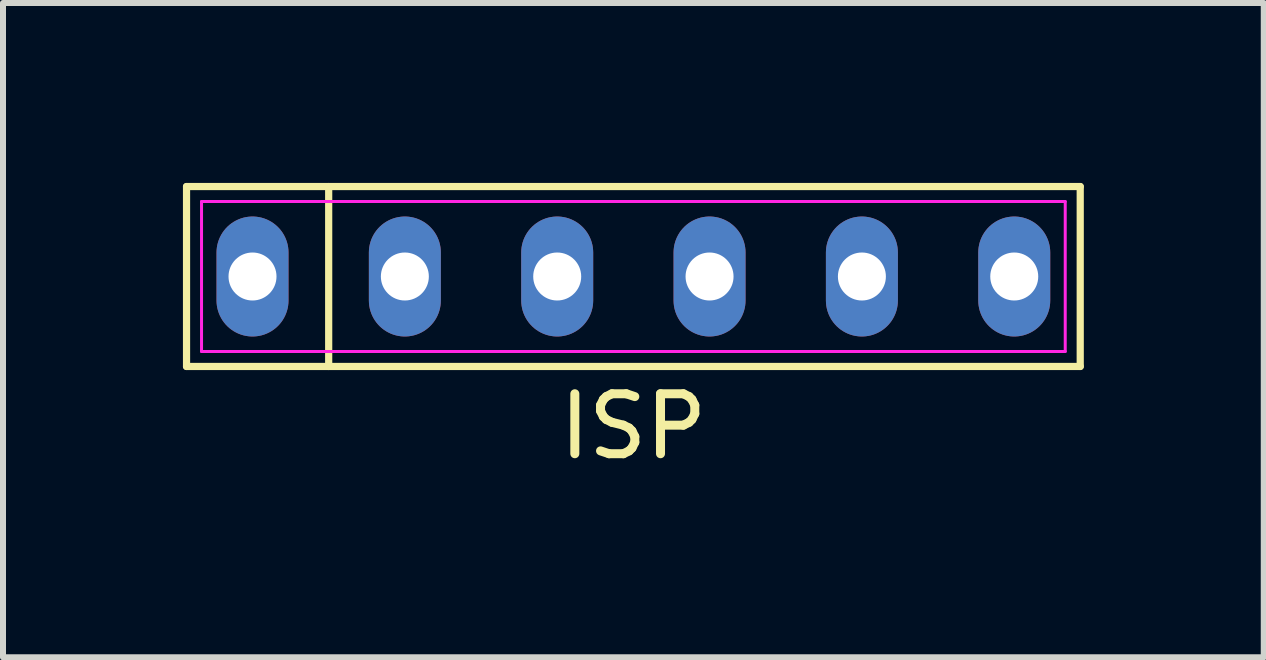
<source format=kicad_pcb>
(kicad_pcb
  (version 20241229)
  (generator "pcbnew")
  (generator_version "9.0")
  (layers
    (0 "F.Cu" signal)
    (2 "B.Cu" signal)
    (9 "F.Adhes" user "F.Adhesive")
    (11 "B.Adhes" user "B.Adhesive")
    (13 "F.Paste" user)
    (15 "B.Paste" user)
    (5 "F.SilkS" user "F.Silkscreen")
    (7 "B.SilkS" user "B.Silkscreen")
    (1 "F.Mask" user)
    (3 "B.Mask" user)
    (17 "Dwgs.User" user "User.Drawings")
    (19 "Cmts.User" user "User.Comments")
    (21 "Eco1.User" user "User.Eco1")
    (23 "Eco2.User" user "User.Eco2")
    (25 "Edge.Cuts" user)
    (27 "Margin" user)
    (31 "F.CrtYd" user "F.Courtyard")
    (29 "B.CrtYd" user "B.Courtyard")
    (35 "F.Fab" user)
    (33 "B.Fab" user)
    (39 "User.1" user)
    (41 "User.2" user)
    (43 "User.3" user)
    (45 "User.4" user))
  (footprint "ISP"
    (layer "F.Cu")
    (at 7.51 1.56)
    (property "Reference" "ISP" (at 0 2.5 0) (layer "F.SilkS") (effects (font (size 1 1) (thickness 0.15))))
    (attr through_hole)
    (fp_line (start -7.45 -1.5) (end 7.45 -1.5) (stroke (width 0.12) (type solid)) (layer "F.SilkS"))
    (fp_line (start -7.45 1.5) (end -7.45 -1.5) (stroke (width 0.12) (type solid)) (layer "F.SilkS"))
    (fp_line (start -5.08 -1.5) (end -5.08 1.5) (stroke (width 0.12) (type solid)) (layer "F.SilkS"))
    (fp_line (start 7.45 -1.5) (end 7.45 1.5) (stroke (width 0.12) (type solid)) (layer "F.SilkS"))
    (fp_line (start 7.45 1.5) (end -7.45 1.5) (stroke (width 0.12) (type solid)) (layer "F.SilkS"))
    (fp_line (start -7.2 -1.25) (end 7.2 -1.25) (stroke (width 0.05) (type solid)) (layer "F.CrtYd"))
    (fp_line (start -7.2 1.25) (end -7.2 -1.25) (stroke (width 0.05) (type solid)) (layer "F.CrtYd"))
    (fp_line (start 7.2 -1.25) (end 7.2 1.25) (stroke (width 0.05) (type solid)) (layer "F.CrtYd"))
    (fp_line (start 7.2 1.25) (end -7.2 1.25) (stroke (width 0.05) (type solid)) (layer "F.CrtYd"))
    (pad "1" thru_hole oval (at -6.35 0) (size 1.2 2) (drill 0.8) (layers "*.Cu" "*.Mask"))
    (pad "2" thru_hole oval (at -3.81 0) (size 1.2 2) (drill 0.8) (layers "*.Cu" "*.Mask"))
    (pad "3" thru_hole oval (at -1.27 0) (size 1.2 2) (drill 0.8) (layers "*.Cu" "*.Mask"))
    (pad "4" thru_hole oval (at 1.27 0) (size 1.2 2) (drill 0.8) (layers "*.Cu" "*.Mask"))
    (pad "5" thru_hole oval (at 3.81 0) (size 1.2 2) (drill 0.8) (layers "*.Cu" "*.Mask"))
    (pad "6" thru_hole oval (at 6.35 0) (size 1.2 2) (drill 0.8) (layers "*.Cu" "*.Mask")))
  (gr_rect
    (start -3 -3)
    (end 18.02 7.908)
    (stroke (width 0.1) (type default))
    (fill no)
    (layer "Edge.Cuts")))
</source>
